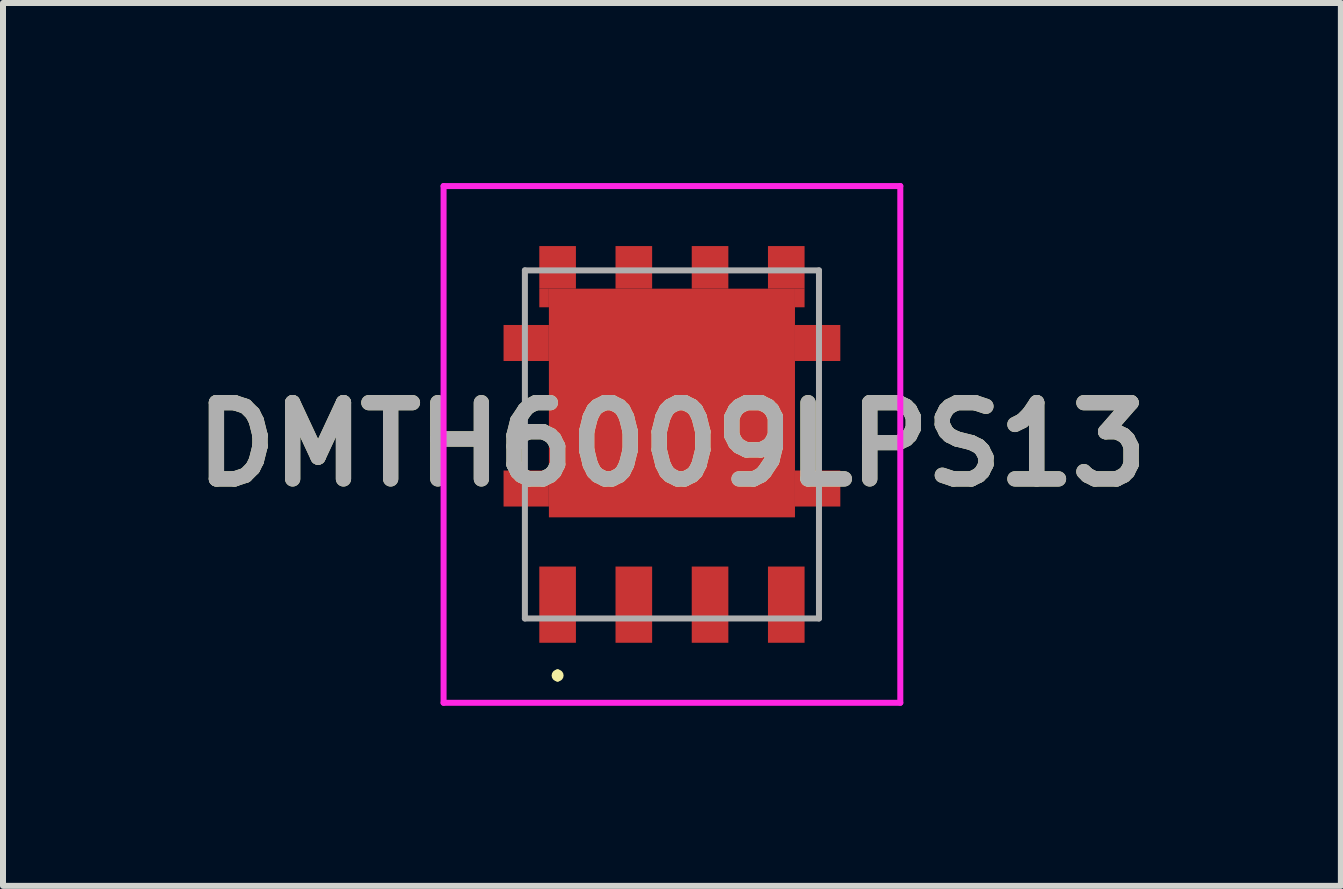
<source format=kicad_pcb>
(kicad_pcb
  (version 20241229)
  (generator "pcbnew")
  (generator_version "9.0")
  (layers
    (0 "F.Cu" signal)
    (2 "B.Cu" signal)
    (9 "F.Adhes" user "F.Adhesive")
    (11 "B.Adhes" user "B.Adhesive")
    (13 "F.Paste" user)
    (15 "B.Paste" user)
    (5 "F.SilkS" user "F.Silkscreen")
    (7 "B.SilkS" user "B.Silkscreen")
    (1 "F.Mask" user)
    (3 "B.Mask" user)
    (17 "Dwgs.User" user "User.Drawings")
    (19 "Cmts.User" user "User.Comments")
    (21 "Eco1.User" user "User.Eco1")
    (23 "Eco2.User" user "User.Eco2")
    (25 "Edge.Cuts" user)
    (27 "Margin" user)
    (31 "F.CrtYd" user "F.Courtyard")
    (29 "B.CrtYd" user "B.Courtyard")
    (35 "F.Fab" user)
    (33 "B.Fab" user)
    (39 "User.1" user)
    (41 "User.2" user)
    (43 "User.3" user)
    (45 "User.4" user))
  (footprint "DMTH6009LPS13"
    (layer "F.Cu")
    (at 8.146 4.355)
    (property "Reference" "DMTH6009LPS13" (at 0 0 0) (layer "F.SilkS") (effects (font (size 1.27 1.27) (thickness 0.254))))
    (attr smd)
    (fp_line (start -1.905 3.8) (end -1.905 3.8) (stroke (width 0.1) (type solid)) (layer "F.SilkS"))
    (fp_line (start -1.905 3.9) (end -1.905 3.9) (stroke (width 0.1) (type solid)) (layer "F.SilkS"))
    (fp_arc (start -1.905 3.8) (mid -1.855 3.85) (end -1.905 3.9) (stroke (width 0.1) (type solid)) (layer "F.SilkS"))
    (fp_arc (start -1.905 3.9) (mid -1.955 3.85) (end -1.905 3.8) (stroke (width 0.1) (type solid)) (layer "F.SilkS"))
    (fp_line (start -3.805 -4.305) (end 3.805 -4.305) (stroke (width 0.1) (type solid)) (layer "F.CrtYd"))
    (fp_line (start -3.805 4.305) (end -3.805 -4.305) (stroke (width 0.1) (type solid)) (layer "F.CrtYd"))
    (fp_line (start 3.805 -4.305) (end 3.805 4.305) (stroke (width 0.1) (type solid)) (layer "F.CrtYd"))
    (fp_line (start 3.805 4.305) (end -3.805 4.305) (stroke (width 0.1) (type solid)) (layer "F.CrtYd"))
    (fp_line (start -2.45 -2.9) (end 2.45 -2.9) (stroke (width 0.1) (type solid)) (layer "F.Fab"))
    (fp_line (start -2.45 2.9) (end -2.45 -2.9) (stroke (width 0.1) (type solid)) (layer "F.Fab"))
    (fp_line (start 2.45 -2.9) (end 2.45 2.9) (stroke (width 0.1) (type solid)) (layer "F.Fab"))
    (fp_line (start 2.45 2.9) (end -2.45 2.9) (stroke (width 0.1) (type solid)) (layer "F.Fab"))
    (fp_text user "${REFERENCE}" (at 0 0 0) (layer "F.Fab") (effects (font (size 1.27 1.27) (thickness 0.254))))
    (pad "1" smd rect (at -1.905 2.67) (size 0.61 1.27) (layers "F.Cu" "F.Mask" "F.Paste"))
    (pad "2" smd rect (at -0.635 2.67) (size 0.61 1.27) (layers "F.Cu" "F.Mask" "F.Paste"))
    (pad "3" smd rect (at 0.635 2.67) (size 0.61 1.27) (layers "F.Cu" "F.Mask" "F.Paste"))
    (pad "4" smd rect (at 1.905 2.67) (size 0.61 1.27) (layers "F.Cu" "F.Mask" "F.Paste"))
    (pad "5" smd rect (at 1.905 -2.95) (size 0.61 0.71) (layers "F.Cu" "F.Mask" "F.Paste"))
    (pad "6" smd rect (at 0.635 -2.95) (size 0.61 0.71) (layers "F.Cu" "F.Mask" "F.Paste"))
    (pad "7" smd rect (at -0.635 -2.95) (size 0.61 0.71) (layers "F.Cu" "F.Mask" "F.Paste"))
    (pad "8" smd rect (at -1.905 -2.95) (size 0.61 0.71) (layers "F.Cu" "F.Mask" "F.Paste"))
    (pad "9" smd rect (at 0 -0.69 90) (size 3.81 4.1) (layers "F.Cu" "F.Mask" "F.Paste"))
    (pad "10" smd rect (at 2.428 -1.69 90) (size 0.6 0.755) (layers "F.Cu" "F.Mask" "F.Paste"))
    (pad "11" smd rect (at -2.428 -1.69 90) (size 0.6 0.755) (layers "F.Cu" "F.Mask" "F.Paste"))
    (pad "12" smd rect (at 2.428 0.735 90) (size 0.6 0.755) (layers "F.Cu" "F.Mask" "F.Paste"))
    (pad "13" smd rect (at -2.428 0.735 90) (size 0.6 0.755) (layers "F.Cu" "F.Mask" "F.Paste"))
    (pad "14" smd rect (at 2.13 -2.44) (size 0.16 0.31) (layers "F.Cu" "F.Mask" "F.Paste"))
    (pad "15" smd rect (at -2.13 -2.44) (size 0.16 0.31) (layers "F.Cu" "F.Mask" "F.Paste")))
  (gr_rect
    (start -3 -3)
    (end 19.292 11.71)
    (stroke (width 0.1) (type default))
    (fill no)
    (layer "Edge.Cuts")))
</source>
